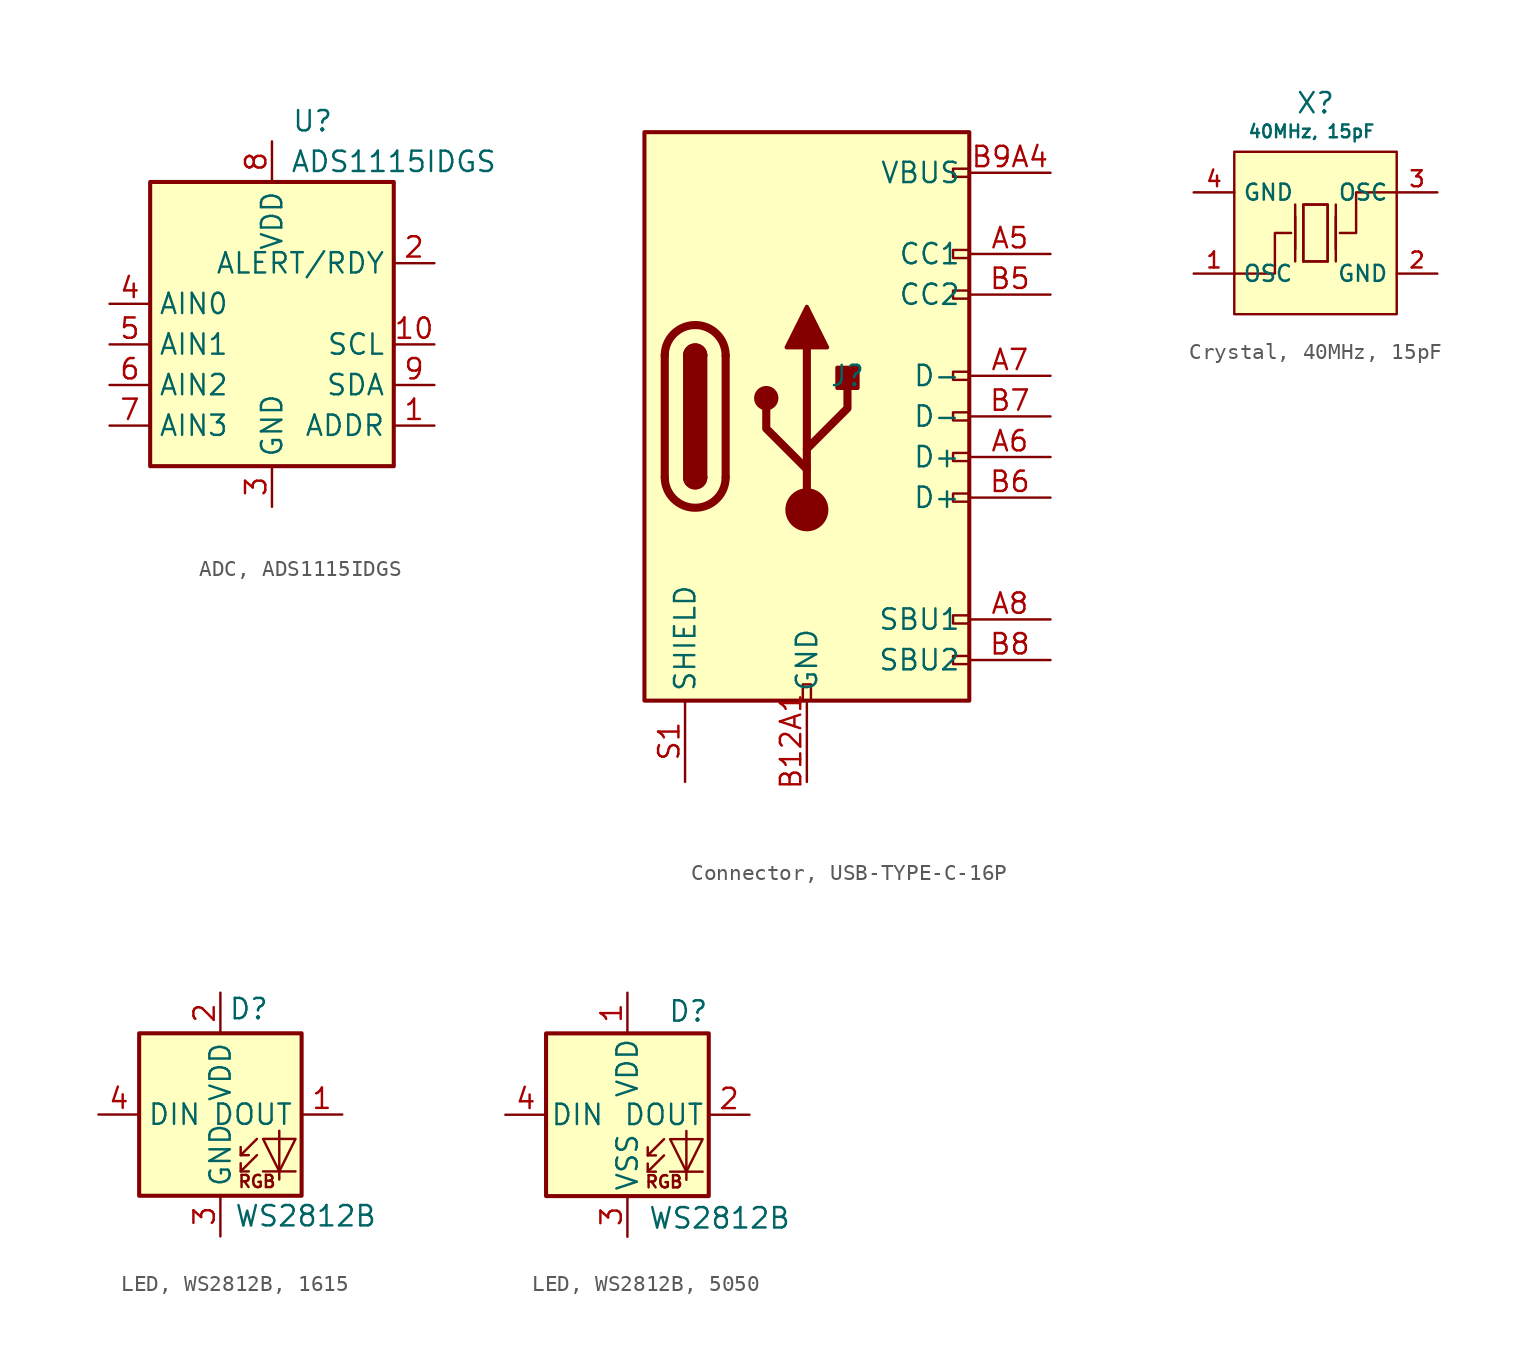
<source format=kicad_sym>
(kicad_symbol_lib
  (version 20231120)
  (generator "kicad_symbol_editor")
  (generator_version "8.0")
  (symbol "ADC, ADS1115IDGS"
    (property "Reference" "U"
      (at 2.54 13.97 0)
      (effects (font (size 1.27 1.27))))
    (property "Value" "ADS1115IDGS"
      (at 7.62 11.43 0)
      (effects (font (size 1.27 1.27))))
    (symbol "ADC, ADS1115IDGS_0_1"
      (rectangle (start -7.62 10.16) (end 7.62 -7.62) (stroke (width 0.254) (type default)) (fill (type background))))
    (symbol "ADC, ADS1115IDGS_1_1"
      (pin input line (at 10.16 -5.08 180) (length 2.54) (name "ADDR" (effects (font (size 1.27 1.27)))) (number "1" (effects (font (size 1.27 1.27)))))
      (pin input line (at 10.16 0 180) (length 2.54) (name "SCL" (effects (font (size 1.27 1.27)))) (number "10" (effects (font (size 1.27 1.27)))))
      (pin output line (at 10.16 5.08 180) (length 2.54) (name "ALERT/RDY" (effects (font (size 1.27 1.27)))) (number "2" (effects (font (size 1.27 1.27)))))
      (pin power_in line (at 0 -10.16 90) (length 2.54) (name "GND" (effects (font (size 1.27 1.27)))) (number "3" (effects (font (size 1.27 1.27)))))
      (pin input line (at -10.16 2.54 0) (length 2.54) (name "AIN0" (effects (font (size 1.27 1.27)))) (number "4" (effects (font (size 1.27 1.27)))))
      (pin input line (at -10.16 0 0) (length 2.54) (name "AIN1" (effects (font (size 1.27 1.27)))) (number "5" (effects (font (size 1.27 1.27)))))
      (pin input line (at -10.16 -2.54 0) (length 2.54) (name "AIN2" (effects (font (size 1.27 1.27)))) (number "6" (effects (font (size 1.27 1.27)))))
      (pin input line (at -10.16 -5.08 0) (length 2.54) (name "AIN3" (effects (font (size 1.27 1.27)))) (number "7" (effects (font (size 1.27 1.27)))))
      (pin power_in line (at 0 12.7 270) (length 2.54) (name "VDD" (effects (font (size 1.27 1.27)))) (number "8" (effects (font (size 1.27 1.27)))))
      (pin bidirectional line (at 10.16 -2.54 180) (length 2.54) (name "SDA" (effects (font (size 1.27 1.27)))) (number "9" (effects (font (size 1.27 1.27)))))))
  (symbol "Connector, USB-TYPE-C-16P"
    (property "Reference" "J"
      (at 2.54 2.54 0)
      (effects (font (size 1.27 1.27))))
    (symbol "Connector, USB-TYPE-C-16P_0_0"
      (rectangle (start -0.254 -17.78) (end 0.254 -16.764) (stroke (width 0) (type default)) (fill (type none)))
      (rectangle (start 10.16 -14.986) (end 9.144 -15.494) (stroke (width 0) (type default)) (fill (type none)))
      (rectangle (start 10.16 -12.446) (end 9.144 -12.954) (stroke (width 0) (type default)) (fill (type none)))
      (rectangle (start 10.16 -4.826) (end 9.144 -5.334) (stroke (width 0) (type default)) (fill (type none)))
      (rectangle (start 10.16 -2.286) (end 9.144 -2.794) (stroke (width 0) (type default)) (fill (type none)))
      (rectangle (start 10.16 0.254) (end 9.144 -0.254) (stroke (width 0) (type default)) (fill (type none)))
      (rectangle (start 10.16 2.794) (end 9.144 2.286) (stroke (width 0) (type default)) (fill (type none)))
      (rectangle (start 10.16 7.874) (end 9.144 7.366) (stroke (width 0) (type default)) (fill (type none)))
      (rectangle (start 10.16 10.414) (end 9.144 9.906) (stroke (width 0) (type default)) (fill (type none)))
      (rectangle (start 10.16 15.494) (end 9.144 14.986) (stroke (width 0) (type default)) (fill (type none))))
    (symbol "Connector, USB-TYPE-C-16P_0_1"
      (rectangle (start -10.16 17.78) (end 10.16 -17.78) (stroke (width 0.254) (type default)) (fill (type background)))
      (arc (start -8.89 -3.81) (mid -6.985 -5.7067) (end -5.08 -3.81) (stroke (width 0.508) (type default)) (fill (type none)))
      (arc (start -7.62 -3.81) (mid -6.985 -4.4423) (end -6.35 -3.81) (stroke (width 0.254) (type default)) (fill (type none)))
      (arc (start -7.62 -3.81) (mid -6.985 -4.4423) (end -6.35 -3.81) (stroke (width 0.254) (type default)) (fill (type outline)))
      (rectangle (start -7.62 -3.81) (end -6.35 3.81) (stroke (width 0.254) (type default)) (fill (type outline)))
      (arc (start -6.35 3.81) (mid -6.985 4.4423) (end -7.62 3.81) (stroke (width 0.254) (type default)) (fill (type none)))
      (arc (start -6.35 3.81) (mid -6.985 4.4423) (end -7.62 3.81) (stroke (width 0.254) (type default)) (fill (type outline)))
      (arc (start -5.08 3.81) (mid -6.985 5.7067) (end -8.89 3.81) (stroke (width 0.508) (type default)) (fill (type none)))
      (circle (center -2.54 1.143) (radius 0.635) (stroke (width 0.254) (type default)) (fill (type outline)))
      (circle (center 0 -5.842) (radius 1.27) (stroke (width 0) (type default)) (fill (type outline)))
      (polyline (pts (xy -8.89 -3.81) (xy -8.89 3.81)) (stroke (width 0.508) (type default)) (fill (type none)))
      (polyline (pts (xy -5.08 3.81) (xy -5.08 -3.81)) (stroke (width 0.508) (type default)) (fill (type none)))
      (polyline (pts (xy 0 -5.842) (xy 0 4.318)) (stroke (width 0.508) (type default)) (fill (type none)))
      (polyline (pts (xy 0 -3.302) (xy -2.54 -0.762) (xy -2.54 0.508)) (stroke (width 0.508) (type default)) (fill (type none)))
      (polyline (pts (xy 0 -2.032) (xy 2.54 0.508) (xy 2.54 1.778)) (stroke (width 0.508) (type default)) (fill (type none)))
      (polyline (pts (xy -1.27 4.318) (xy 0 6.858) (xy 1.27 4.318) (xy -1.27 4.318)) (stroke (width 0.254) (type default)) (fill (type outline)))
      (rectangle (start 1.905 1.778) (end 3.175 3.048) (stroke (width 0.254) (type default)) (fill (type outline))))
    (symbol "Connector, USB-TYPE-C-16P_1_1"
      (pin passive line (at 0 -22.86 90) (length 5.08) hide (name "GND" (effects (font (size 1.27 1.27)))) (number "A12B1" (effects (font (size 1.27 1.27)))))
      (pin bidirectional line (at 15.24 10.16 180) (length 5.08) (name "CC1" (effects (font (size 1.27 1.27)))) (number "A5" (effects (font (size 1.27 1.27)))))
      (pin bidirectional line (at 15.24 -2.54 180) (length 5.08) (name "D+" (effects (font (size 1.27 1.27)))) (number "A6" (effects (font (size 1.27 1.27)))))
      (pin bidirectional line (at 15.24 2.54 180) (length 5.08) (name "D-" (effects (font (size 1.27 1.27)))) (number "A7" (effects (font (size 1.27 1.27)))))
      (pin bidirectional line (at 15.24 -12.7 180) (length 5.08) (name "SBU1" (effects (font (size 1.27 1.27)))) (number "A8" (effects (font (size 1.27 1.27)))))
      (pin passive line (at 15.24 15.24 180) (length 5.08) hide (name "VBUS" (effects (font (size 1.27 1.27)))) (number "A9B4" (effects (font (size 1.27 1.27)))))
      (pin passive line (at 0 -22.86 90) (length 5.08) (name "GND" (effects (font (size 1.27 1.27)))) (number "B12A1" (effects (font (size 1.27 1.27)))))
      (pin bidirectional line (at 15.24 7.62 180) (length 5.08) (name "CC2" (effects (font (size 1.27 1.27)))) (number "B5" (effects (font (size 1.27 1.27)))))
      (pin bidirectional line (at 15.24 -5.08 180) (length 5.08) (name "D+" (effects (font (size 1.27 1.27)))) (number "B6" (effects (font (size 1.27 1.27)))))
      (pin bidirectional line (at 15.24 0 180) (length 5.08) (name "D-" (effects (font (size 1.27 1.27)))) (number "B7" (effects (font (size 1.27 1.27)))))
      (pin bidirectional line (at 15.24 -15.24 180) (length 5.08) (name "SBU2" (effects (font (size 1.27 1.27)))) (number "B8" (effects (font (size 1.27 1.27)))))
      (pin passive line (at 15.24 15.24 180) (length 5.08) (name "VBUS" (effects (font (size 1.27 1.27)))) (number "B9A4" (effects (font (size 1.27 1.27)))))
      (pin passive line (at -7.62 -22.86 90) (length 5.08) (name "SHIELD" (effects (font (size 1.27 1.27)))) (number "S1" (effects (font (size 1.27 1.27)))))))
  (symbol "Crystal, 40MHz, 15pF"
    (property "Reference" "X"
      (at 0 8.128 0)
      (effects (font (size 1.27 1.27))))
    (property "Value" " 40MHz, 15pF"
      (at -0.254 6.35 0)
      (effects (font (size 0.8 0.8))))
    (symbol "Crystal, 40MHz, 15pF_0_1"
      (rectangle (start -5.08 5.08) (end 5.08 -5.08) (stroke (width 0) (type default)) (fill (type background)))
      (polyline (pts (xy -1.27 -1.778) (xy -1.27 1.778)) (stroke (width 0) (type default)) (fill (type none)))
      (polyline (pts (xy -1.27 -1.016) (xy -1.27 1.016)) (stroke (width 0) (type default)) (fill (type none)))
      (polyline (pts (xy 0.762 -1.778) (xy -0.762 -1.778)) (stroke (width 0) (type default)) (fill (type none)))
      (polyline (pts (xy 1.27 -1.778) (xy 1.27 1.778)) (stroke (width 0) (type default)) (fill (type none)))
      (polyline (pts (xy 1.27 -1.016) (xy 1.27 1.016)) (stroke (width 0) (type default)) (fill (type none)))
      (polyline (pts (xy -5.08 -2.54) (xy -2.54 -2.54) (xy -2.54 0) (xy -1.524 0)) (stroke (width 0) (type default)) (fill (type none)))
      (polyline (pts (xy -0.762 -1.778) (xy -0.762 1.778) (xy 0.762 1.778) (xy 0.762 -1.778)) (stroke (width 0) (type default)) (fill (type none)))
      (polyline (pts (xy 5.08 2.54) (xy 2.54 2.54) (xy 2.54 0) (xy 1.524 0)) (stroke (width 0) (type default)) (fill (type none)))
      (polyline (pts (xy 0.762 1.778) (xy 0.762 -1.778) (xy -0.762 -1.778) (xy -0.762 1.778) (xy 0.762 1.778)) (stroke (width 0) (type default)) (fill (type none)))
      (pin unspecified line (at 7.62 -2.54 180) (length 2.54) (name "GND" (effects (font (size 1 1)))) (number "2" (effects (font (size 1 1)))))
      (pin unspecified line (at -7.62 2.54 0) (length 2.54) (name "GND" (effects (font (size 1 1)))) (number "4" (effects (font (size 1 1))))))
    (symbol "Crystal, 40MHz, 15pF_1_1"
      (pin unspecified line (at -7.62 -2.54 0) (length 2.54) (name "OSC" (effects (font (size 1 1)))) (number "1" (effects (font (size 1 1)))))
      (pin unspecified line (at 7.62 2.54 180) (length 2.54) (name "OSC" (effects (font (size 1 1)))) (number "3" (effects (font (size 1 1)))))))
  (symbol "LED, WS2812B, 1615"
    (property "Reference" "D"
      (at 1.778 6.604 0)
      (effects (font (size 1.27 1.27))))
    (property "Value" "WS2812B"
      (at 5.334 -6.35 0)
      (effects (font (size 1.27 1.27))))
    (symbol "LED, WS2812B, 1615_0_0"
      (text "RGB" (at 2.286 -4.191 0) (effects (font (size 0.762 0.762)))))
    (symbol "LED, WS2812B, 1615_0_1"
      (polyline (pts (xy 1.27 -3.556) (xy 1.778 -3.556)) (stroke (width 0) (type default)) (fill (type none)))
      (polyline (pts (xy 1.27 -2.54) (xy 1.778 -2.54)) (stroke (width 0) (type default)) (fill (type none)))
      (polyline (pts (xy 4.699 -3.556) (xy 2.667 -3.556)) (stroke (width 0) (type default)) (fill (type none)))
      (polyline (pts (xy 2.286 -2.54) (xy 1.27 -3.556) (xy 1.27 -3.048)) (stroke (width 0) (type default)) (fill (type none)))
      (polyline (pts (xy 2.286 -1.524) (xy 1.27 -2.54) (xy 1.27 -2.032)) (stroke (width 0) (type default)) (fill (type none)))
      (polyline (pts (xy 3.683 -1.016) (xy 3.683 -3.556) (xy 3.683 -4.064)) (stroke (width 0) (type default)) (fill (type none)))
      (polyline (pts (xy 4.699 -1.524) (xy 2.667 -1.524) (xy 3.683 -3.556) (xy 4.699 -1.524)) (stroke (width 0) (type default)) (fill (type none)))
      (rectangle (start 5.08 5.08) (end -5.08 -5.08) (stroke (width 0.254) (type default)) (fill (type background))))
    (symbol "LED, WS2812B, 1615_1_1"
      (pin output line (at 7.62 0 180) (length 2.54) (name "DOUT" (effects (font (size 1.27 1.27)))) (number "1" (effects (font (size 1.27 1.27)))))
      (pin power_in line (at 0 7.62 270) (length 2.54) (name "VDD" (effects (font (size 1.27 1.27)))) (number "2" (effects (font (size 1.27 1.27)))))
      (pin power_in line (at 0 -7.62 90) (length 2.54) (name "GND" (effects (font (size 1.27 1.27)))) (number "3" (effects (font (size 1.27 1.27)))))
      (pin input line (at -7.62 0 0) (length 2.54) (name "DIN" (effects (font (size 1.27 1.27)))) (number "4" (effects (font (size 1.27 1.27)))))))
  (symbol "LED, WS2812B, 5050"
    (pin_names
      (offset 0.254))
    (property "Reference" "D"
      (at 5.08 5.715 0)
      (effects (font (size 1.27 1.27)) (justify right bottom)))
    (property "Value" "WS2812B"
      (at 1.27 -5.715 0)
      (effects (font (size 1.27 1.27)) (justify left top)))
    (symbol "LED, WS2812B, 5050_0_0"
      (text "RGB" (at 2.286 -4.191 0) (effects (font (size 0.762 0.762)))))
    (symbol "LED, WS2812B, 5050_0_1"
      (polyline (pts (xy 1.27 -3.556) (xy 1.778 -3.556)) (stroke (width 0) (type default)) (fill (type none)))
      (polyline (pts (xy 1.27 -2.54) (xy 1.778 -2.54)) (stroke (width 0) (type default)) (fill (type none)))
      (polyline (pts (xy 4.699 -3.556) (xy 2.667 -3.556)) (stroke (width 0) (type default)) (fill (type none)))
      (polyline (pts (xy 2.286 -2.54) (xy 1.27 -3.556) (xy 1.27 -3.048)) (stroke (width 0) (type default)) (fill (type none)))
      (polyline (pts (xy 2.286 -1.524) (xy 1.27 -2.54) (xy 1.27 -2.032)) (stroke (width 0) (type default)) (fill (type none)))
      (polyline (pts (xy 3.683 -1.016) (xy 3.683 -3.556) (xy 3.683 -4.064)) (stroke (width 0) (type default)) (fill (type none)))
      (polyline (pts (xy 4.699 -1.524) (xy 2.667 -1.524) (xy 3.683 -3.556) (xy 4.699 -1.524)) (stroke (width 0) (type default)) (fill (type none)))
      (rectangle (start 5.08 5.08) (end -5.08 -5.08) (stroke (width 0.254) (type default)) (fill (type background))))
    (symbol "LED, WS2812B, 5050_1_1"
      (pin power_in line (at 0 7.62 270) (length 2.54) (name "VDD" (effects (font (size 1.27 1.27)))) (number "1" (effects (font (size 1.27 1.27)))))
      (pin output line (at 7.62 0 180) (length 2.54) (name "DOUT" (effects (font (size 1.27 1.27)))) (number "2" (effects (font (size 1.27 1.27)))))
      (pin power_in line (at 0 -7.62 90) (length 2.54) (name "VSS" (effects (font (size 1.27 1.27)))) (number "3" (effects (font (size 1.27 1.27)))))
      (pin input line (at -7.62 0 0) (length 2.54) (name "DIN" (effects (font (size 1.27 1.27)))) (number "4" (effects (font (size 1.27 1.27))))))))
</source>
